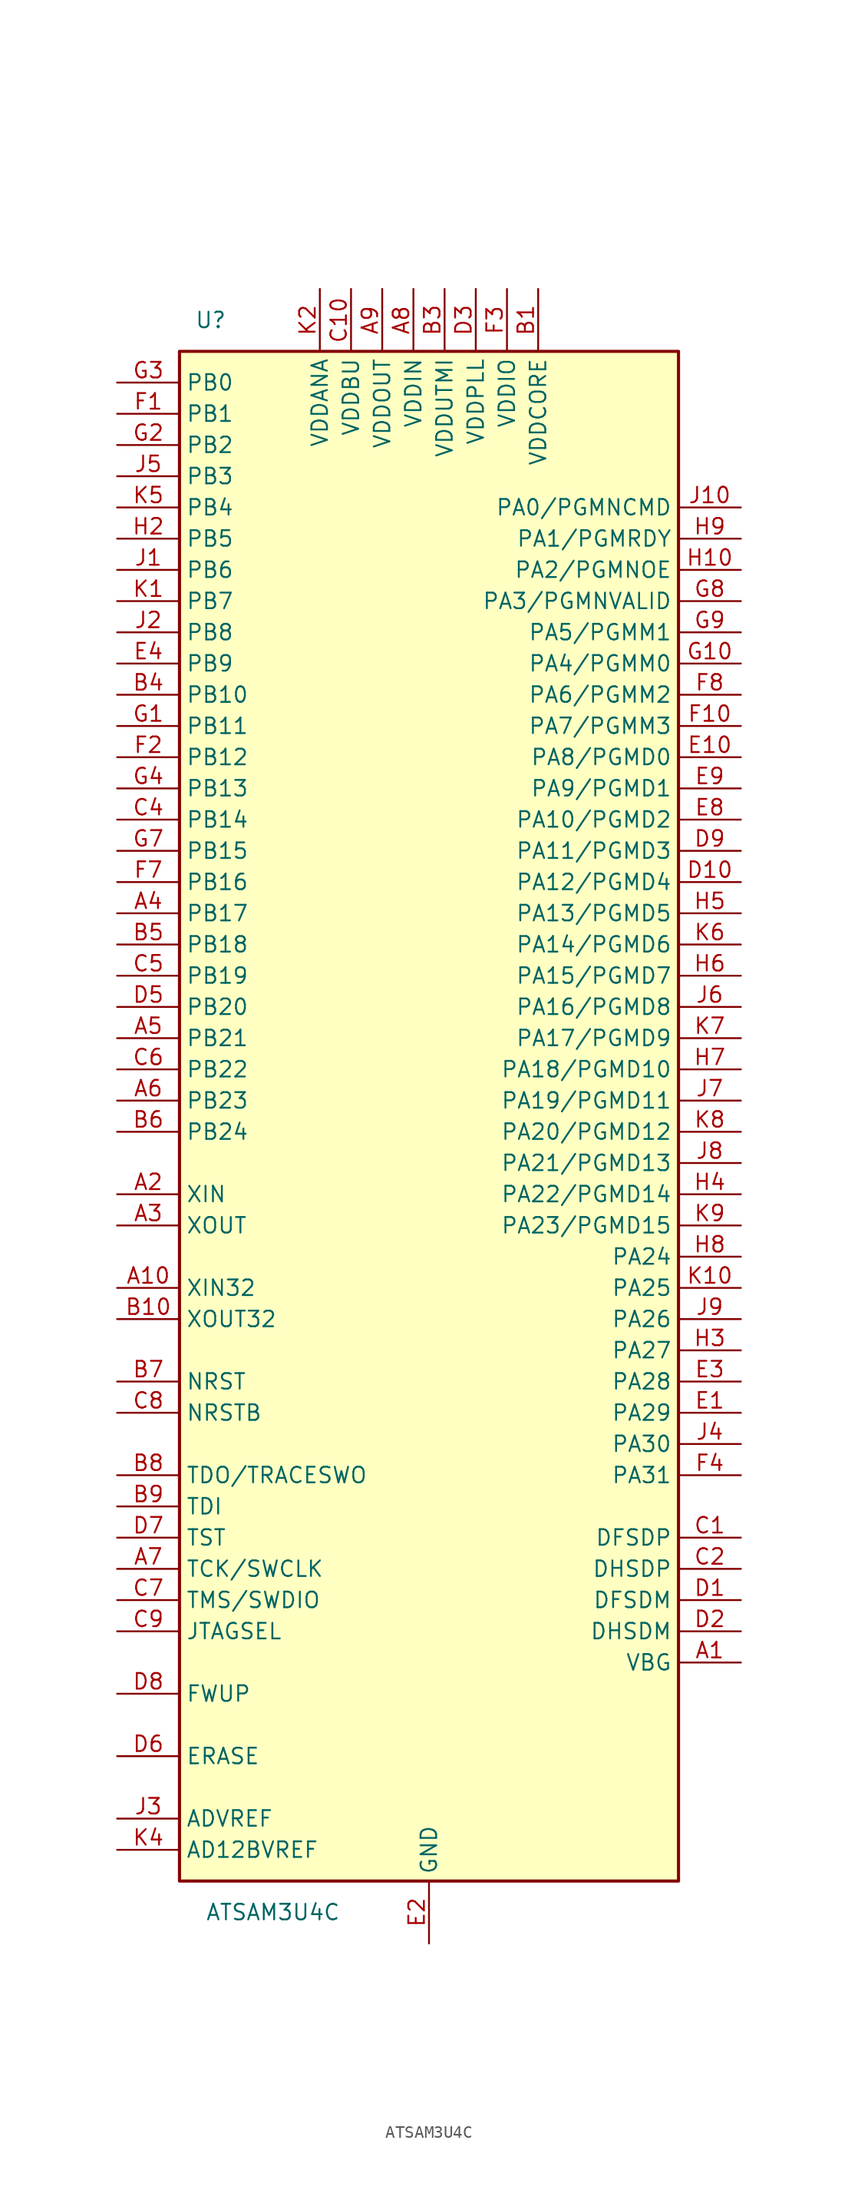
<source format=kicad_sym>
(kicad_symbol_lib
  (version 20201005)
  (generator kicad_symbol_editor)
  (symbol "mcu:ATSAM3U4C"
    (property "Reference" "U"
      (at -17.78 63.5 0)
      (effects (font (size 1.27 1.27))))
    (property "Value" "ATSAM3U4C"
      (at -12.7 -66.04 0)
      (effects (font (size 1.27 1.27))))
    (symbol "ATSAM3U4C_1_1"
      (rectangle (start -20.32 60.96) (end 20.32 -63.5) (stroke (width 0.254)) (fill (type background)))
      (pin passive line (at 25.4 -45.72 180) (length 5.08) (name "VBG" (effects (font (size 1.27 1.27)))) (number "A1" (effects (font (size 1.27 1.27)))))
      (pin bidirectional line (at -25.4 -15.24 0) (length 5.08) (name "XIN32" (effects (font (size 1.27 1.27)))) (number "A10" (effects (font (size 1.27 1.27)))))
      (pin bidirectional line (at -25.4 -7.62 0) (length 5.08) (name "XIN" (effects (font (size 1.27 1.27)))) (number "A2" (effects (font (size 1.27 1.27)))))
      (pin bidirectional line (at -25.4 -10.16 0) (length 5.08) (name "XOUT" (effects (font (size 1.27 1.27)))) (number "A3" (effects (font (size 1.27 1.27)))))
      (pin bidirectional line (at -25.4 15.24 0) (length 5.08) (name "PB17" (effects (font (size 1.27 1.27)))) (number "A4" (effects (font (size 1.27 1.27)))))
      (pin bidirectional line (at -25.4 5.08 0) (length 5.08) (name "PB21" (effects (font (size 1.27 1.27)))) (number "A5" (effects (font (size 1.27 1.27)))))
      (pin bidirectional line (at -25.4 0 0) (length 5.08) (name "PB23" (effects (font (size 1.27 1.27)))) (number "A6" (effects (font (size 1.27 1.27)))))
      (pin bidirectional line (at -25.4 -38.1 0) (length 5.08) (name "TCK/SWCLK" (effects (font (size 1.27 1.27)))) (number "A7" (effects (font (size 1.27 1.27)))))
      (pin power_in line (at -1.27 66.04 270) (length 5.08) (name "VDDIN" (effects (font (size 1.27 1.27)))) (number "A8" (effects (font (size 1.27 1.27)))))
      (pin power_out line (at -3.81 66.04 270) (length 5.08) (name "VDDOUT" (effects (font (size 1.27 1.27)))) (number "A9" (effects (font (size 1.27 1.27)))))
      (pin power_in line (at 8.89 66.04 270) (length 5.08) (name "VDDCORE" (effects (font (size 1.27 1.27)))) (number "B1" (effects (font (size 1.27 1.27)))))
      (pin bidirectional line (at -25.4 -17.78 0) (length 5.08) (name "XOUT32" (effects (font (size 1.27 1.27)))) (number "B10" (effects (font (size 1.27 1.27)))))
      (pin passive line (at 0 -68.58 90) (length 5.08) hide (name "GNDUTMI" (effects (font (size 1.27 1.27)))) (number "B2" (effects (font (size 1.27 1.27)))))
      (pin power_in line (at 1.27 66.04 270) (length 5.08) (name "VDDUTMI" (effects (font (size 1.27 1.27)))) (number "B3" (effects (font (size 1.27 1.27)))))
      (pin bidirectional line (at -25.4 33.02 0) (length 5.08) (name "PB10" (effects (font (size 1.27 1.27)))) (number "B4" (effects (font (size 1.27 1.27)))))
      (pin bidirectional line (at -25.4 12.7 0) (length 5.08) (name "PB18" (effects (font (size 1.27 1.27)))) (number "B5" (effects (font (size 1.27 1.27)))))
      (pin bidirectional line (at -25.4 -2.54 0) (length 5.08) (name "PB24" (effects (font (size 1.27 1.27)))) (number "B6" (effects (font (size 1.27 1.27)))))
      (pin bidirectional line (at -25.4 -22.86 0) (length 5.08) (name "NRST" (effects (font (size 1.27 1.27)))) (number "B7" (effects (font (size 1.27 1.27)))))
      (pin bidirectional line (at -25.4 -30.48 0) (length 5.08) (name "TDO/TRACESWO" (effects (font (size 1.27 1.27)))) (number "B8" (effects (font (size 1.27 1.27)))))
      (pin bidirectional line (at -25.4 -33.02 0) (length 5.08) (name "TDI" (effects (font (size 1.27 1.27)))) (number "B9" (effects (font (size 1.27 1.27)))))
      (pin bidirectional line (at 25.4 -35.56 180) (length 5.08) (name "DFSDP" (effects (font (size 1.27 1.27)))) (number "C1" (effects (font (size 1.27 1.27)))))
      (pin power_in line (at -6.35 66.04 270) (length 5.08) (name "VDDBU" (effects (font (size 1.27 1.27)))) (number "C10" (effects (font (size 1.27 1.27)))))
      (pin bidirectional line (at 25.4 -38.1 180) (length 5.08) (name "DHSDP" (effects (font (size 1.27 1.27)))) (number "C2" (effects (font (size 1.27 1.27)))))
      (pin passive line (at 0 -68.58 90) (length 5.08) hide (name "GNDPLL" (effects (font (size 1.27 1.27)))) (number "C3" (effects (font (size 1.27 1.27)))))
      (pin bidirectional line (at -25.4 22.86 0) (length 5.08) (name "PB14" (effects (font (size 1.27 1.27)))) (number "C4" (effects (font (size 1.27 1.27)))))
      (pin bidirectional line (at -25.4 10.16 0) (length 5.08) (name "PB19" (effects (font (size 1.27 1.27)))) (number "C5" (effects (font (size 1.27 1.27)))))
      (pin bidirectional line (at -25.4 2.54 0) (length 5.08) (name "PB22" (effects (font (size 1.27 1.27)))) (number "C6" (effects (font (size 1.27 1.27)))))
      (pin bidirectional line (at -25.4 -40.64 0) (length 5.08) (name "TMS/SWDIO" (effects (font (size 1.27 1.27)))) (number "C7" (effects (font (size 1.27 1.27)))))
      (pin bidirectional line (at -25.4 -25.4 0) (length 5.08) (name "NRSTB" (effects (font (size 1.27 1.27)))) (number "C8" (effects (font (size 1.27 1.27)))))
      (pin bidirectional line (at -25.4 -43.18 0) (length 5.08) (name "JTAGSEL" (effects (font (size 1.27 1.27)))) (number "C9" (effects (font (size 1.27 1.27)))))
      (pin bidirectional line (at 25.4 -40.64 180) (length 5.08) (name "DFSDM" (effects (font (size 1.27 1.27)))) (number "D1" (effects (font (size 1.27 1.27)))))
      (pin bidirectional line (at 25.4 17.78 180) (length 5.08) (name "PA12/PGMD4" (effects (font (size 1.27 1.27)))) (number "D10" (effects (font (size 1.27 1.27)))))
      (pin bidirectional line (at 25.4 -43.18 180) (length 5.08) (name "DHSDM" (effects (font (size 1.27 1.27)))) (number "D2" (effects (font (size 1.27 1.27)))))
      (pin power_in line (at 3.81 66.04 270) (length 5.08) (name "VDDPLL" (effects (font (size 1.27 1.27)))) (number "D3" (effects (font (size 1.27 1.27)))))
      (pin passive line (at 8.89 66.04 270) (length 5.08) hide (name "VDDCORE" (effects (font (size 1.27 1.27)))) (number "D4" (effects (font (size 1.27 1.27)))))
      (pin bidirectional line (at -25.4 7.62 0) (length 5.08) (name "PB20" (effects (font (size 1.27 1.27)))) (number "D5" (effects (font (size 1.27 1.27)))))
      (pin bidirectional line (at -25.4 -53.34 0) (length 5.08) (name "ERASE" (effects (font (size 1.27 1.27)))) (number "D6" (effects (font (size 1.27 1.27)))))
      (pin bidirectional line (at -25.4 -35.56 0) (length 5.08) (name "TST" (effects (font (size 1.27 1.27)))) (number "D7" (effects (font (size 1.27 1.27)))))
      (pin bidirectional line (at -25.4 -48.26 0) (length 5.08) (name "FWUP" (effects (font (size 1.27 1.27)))) (number "D8" (effects (font (size 1.27 1.27)))))
      (pin bidirectional line (at 25.4 20.32 180) (length 5.08) (name "PA11/PGMD3" (effects (font (size 1.27 1.27)))) (number "D9" (effects (font (size 1.27 1.27)))))
      (pin bidirectional line (at 25.4 -25.4 180) (length 5.08) (name "PA29" (effects (font (size 1.27 1.27)))) (number "E1" (effects (font (size 1.27 1.27)))))
      (pin bidirectional line (at 25.4 27.94 180) (length 5.08) (name "PA8/PGMD0" (effects (font (size 1.27 1.27)))) (number "E10" (effects (font (size 1.27 1.27)))))
      (pin power_in line (at 0 -68.58 90) (length 5.08) (name "GND" (effects (font (size 1.27 1.27)))) (number "E2" (effects (font (size 1.27 1.27)))))
      (pin bidirectional line (at 25.4 -22.86 180) (length 5.08) (name "PA28" (effects (font (size 1.27 1.27)))) (number "E3" (effects (font (size 1.27 1.27)))))
      (pin bidirectional line (at -25.4 35.56 0) (length 5.08) (name "PB9" (effects (font (size 1.27 1.27)))) (number "E4" (effects (font (size 1.27 1.27)))))
      (pin passive line (at 0 -68.58 90) (length 5.08) hide (name "GNDBU" (effects (font (size 1.27 1.27)))) (number "E5" (effects (font (size 1.27 1.27)))))
      (pin passive line (at 17.78 71.12 270) (length 5.08) hide (name "VDDIO" (effects (font (size 1.27 1.27)))) (number "E6" (effects (font (size 1.27 1.27)))))
      (pin passive line (at 8.89 66.04 270) (length 5.08) hide (name "VDDCORE" (effects (font (size 1.27 1.27)))) (number "E7" (effects (font (size 1.27 1.27)))))
      (pin bidirectional line (at 25.4 22.86 180) (length 5.08) (name "PA10/PGMD2" (effects (font (size 1.27 1.27)))) (number "E8" (effects (font (size 1.27 1.27)))))
      (pin bidirectional line (at 25.4 25.4 180) (length 5.08) (name "PA9/PGMD1" (effects (font (size 1.27 1.27)))) (number "E9" (effects (font (size 1.27 1.27)))))
      (pin bidirectional line (at -25.4 55.88 0) (length 5.08) (name "PB1" (effects (font (size 1.27 1.27)))) (number "F1" (effects (font (size 1.27 1.27)))))
      (pin bidirectional line (at 25.4 30.48 180) (length 5.08) (name "PA7/PGMM3" (effects (font (size 1.27 1.27)))) (number "F10" (effects (font (size 1.27 1.27)))))
      (pin bidirectional line (at -25.4 27.94 0) (length 5.08) (name "PB12" (effects (font (size 1.27 1.27)))) (number "F2" (effects (font (size 1.27 1.27)))))
      (pin power_in line (at 6.35 66.04 270) (length 5.08) (name "VDDIO" (effects (font (size 1.27 1.27)))) (number "F3" (effects (font (size 1.27 1.27)))))
      (pin bidirectional line (at 25.4 -30.48 180) (length 5.08) (name "PA31" (effects (font (size 1.27 1.27)))) (number "F4" (effects (font (size 1.27 1.27)))))
      (pin passive line (at 20.32 71.12 270) (length 5.08) hide (name "VDDIO" (effects (font (size 1.27 1.27)))) (number "F5" (effects (font (size 1.27 1.27)))))
      (pin passive line (at 0 -68.58 90) (length 5.08) hide (name "GND" (effects (font (size 1.27 1.27)))) (number "F6" (effects (font (size 1.27 1.27)))))
      (pin bidirectional line (at -25.4 17.78 0) (length 5.08) (name "PB16" (effects (font (size 1.27 1.27)))) (number "F7" (effects (font (size 1.27 1.27)))))
      (pin bidirectional line (at 25.4 33.02 180) (length 5.08) (name "PA6/PGMM2" (effects (font (size 1.27 1.27)))) (number "F8" (effects (font (size 1.27 1.27)))))
      (pin passive line (at 8.89 66.04 270) (length 5.08) hide (name "VDDCORE" (effects (font (size 1.27 1.27)))) (number "F9" (effects (font (size 1.27 1.27)))))
      (pin bidirectional line (at -25.4 30.48 0) (length 5.08) (name "PB11" (effects (font (size 1.27 1.27)))) (number "G1" (effects (font (size 1.27 1.27)))))
      (pin bidirectional line (at 25.4 35.56 180) (length 5.08) (name "PA4/PGMM0" (effects (font (size 1.27 1.27)))) (number "G10" (effects (font (size 1.27 1.27)))))
      (pin bidirectional line (at -25.4 53.34 0) (length 5.08) (name "PB2" (effects (font (size 1.27 1.27)))) (number "G2" (effects (font (size 1.27 1.27)))))
      (pin bidirectional line (at -25.4 58.42 0) (length 5.08) (name "PB0" (effects (font (size 1.27 1.27)))) (number "G3" (effects (font (size 1.27 1.27)))))
      (pin bidirectional line (at -25.4 25.4 0) (length 5.08) (name "PB13" (effects (font (size 1.27 1.27)))) (number "G4" (effects (font (size 1.27 1.27)))))
      (pin passive line (at 8.89 66.04 270) (length 5.08) hide (name "VDDCORE" (effects (font (size 1.27 1.27)))) (number "G5" (effects (font (size 1.27 1.27)))))
      (pin passive line (at 0 -68.58 90) (length 5.08) hide (name "GND" (effects (font (size 1.27 1.27)))) (number "G6" (effects (font (size 1.27 1.27)))))
      (pin bidirectional line (at -25.4 20.32 0) (length 5.08) (name "PB15" (effects (font (size 1.27 1.27)))) (number "G7" (effects (font (size 1.27 1.27)))))
      (pin bidirectional line (at 25.4 40.64 180) (length 5.08) (name "PA3/PGMNVALID" (effects (font (size 1.27 1.27)))) (number "G8" (effects (font (size 1.27 1.27)))))
      (pin bidirectional line (at 25.4 38.1 180) (length 5.08) (name "PA5/PGMM1" (effects (font (size 1.27 1.27)))) (number "G9" (effects (font (size 1.27 1.27)))))
      (pin passive line (at 8.89 66.04 270) (length 5.08) hide (name "VDDCORE" (effects (font (size 1.27 1.27)))) (number "H1" (effects (font (size 1.27 1.27)))))
      (pin bidirectional line (at 25.4 43.18 180) (length 5.08) (name "PA2/PGMNOE" (effects (font (size 1.27 1.27)))) (number "H10" (effects (font (size 1.27 1.27)))))
      (pin bidirectional line (at -25.4 45.72 0) (length 5.08) (name "PB5" (effects (font (size 1.27 1.27)))) (number "H2" (effects (font (size 1.27 1.27)))))
      (pin bidirectional line (at 25.4 -20.32 180) (length 5.08) (name "PA27" (effects (font (size 1.27 1.27)))) (number "H3" (effects (font (size 1.27 1.27)))))
      (pin bidirectional line (at 25.4 -7.62 180) (length 5.08) (name "PA22/PGMD14" (effects (font (size 1.27 1.27)))) (number "H4" (effects (font (size 1.27 1.27)))))
      (pin bidirectional line (at 25.4 15.24 180) (length 5.08) (name "PA13/PGMD5" (effects (font (size 1.27 1.27)))) (number "H5" (effects (font (size 1.27 1.27)))))
      (pin bidirectional line (at 25.4 10.16 180) (length 5.08) (name "PA15/PGMD7" (effects (font (size 1.27 1.27)))) (number "H6" (effects (font (size 1.27 1.27)))))
      (pin bidirectional line (at 25.4 2.54 180) (length 5.08) (name "PA18/PGMD10" (effects (font (size 1.27 1.27)))) (number "H7" (effects (font (size 1.27 1.27)))))
      (pin bidirectional line (at 25.4 -12.7 180) (length 5.08) (name "PA24" (effects (font (size 1.27 1.27)))) (number "H8" (effects (font (size 1.27 1.27)))))
      (pin bidirectional line (at 25.4 45.72 180) (length 5.08) (name "PA1/PGMRDY" (effects (font (size 1.27 1.27)))) (number "H9" (effects (font (size 1.27 1.27)))))
      (pin bidirectional line (at -25.4 43.18 0) (length 5.08) (name "PB6" (effects (font (size 1.27 1.27)))) (number "J1" (effects (font (size 1.27 1.27)))))
      (pin bidirectional line (at 25.4 48.26 180) (length 5.08) (name "PA0/PGMNCMD" (effects (font (size 1.27 1.27)))) (number "J10" (effects (font (size 1.27 1.27)))))
      (pin bidirectional line (at -25.4 38.1 0) (length 5.08) (name "PB8" (effects (font (size 1.27 1.27)))) (number "J2" (effects (font (size 1.27 1.27)))))
      (pin bidirectional line (at -25.4 -58.42 0) (length 5.08) (name "ADVREF" (effects (font (size 1.27 1.27)))) (number "J3" (effects (font (size 1.27 1.27)))))
      (pin bidirectional line (at 25.4 -27.94 180) (length 5.08) (name "PA30" (effects (font (size 1.27 1.27)))) (number "J4" (effects (font (size 1.27 1.27)))))
      (pin bidirectional line (at -25.4 50.8 0) (length 5.08) (name "PB3" (effects (font (size 1.27 1.27)))) (number "J5" (effects (font (size 1.27 1.27)))))
      (pin bidirectional line (at 25.4 7.62 180) (length 5.08) (name "PA16/PGMD8" (effects (font (size 1.27 1.27)))) (number "J6" (effects (font (size 1.27 1.27)))))
      (pin bidirectional line (at 25.4 0 180) (length 5.08) (name "PA19/PGMD11" (effects (font (size 1.27 1.27)))) (number "J7" (effects (font (size 1.27 1.27)))))
      (pin bidirectional line (at 25.4 -5.08 180) (length 5.08) (name "PA21/PGMD13" (effects (font (size 1.27 1.27)))) (number "J8" (effects (font (size 1.27 1.27)))))
      (pin bidirectional line (at 25.4 -17.78 180) (length 5.08) (name "PA26" (effects (font (size 1.27 1.27)))) (number "J9" (effects (font (size 1.27 1.27)))))
      (pin bidirectional line (at -25.4 40.64 0) (length 5.08) (name "PB7" (effects (font (size 1.27 1.27)))) (number "K1" (effects (font (size 1.27 1.27)))))
      (pin bidirectional line (at 25.4 -15.24 180) (length 5.08) (name "PA25" (effects (font (size 1.27 1.27)))) (number "K10" (effects (font (size 1.27 1.27)))))
      (pin power_in line (at -8.89 66.04 270) (length 5.08) (name "VDDANA" (effects (font (size 1.27 1.27)))) (number "K2" (effects (font (size 1.27 1.27)))))
      (pin passive line (at 0 -68.58 90) (length 5.08) hide (name "GNDANA" (effects (font (size 1.27 1.27)))) (number "K3" (effects (font (size 1.27 1.27)))))
      (pin bidirectional line (at -25.4 -60.96 0) (length 5.08) (name "AD12BVREF" (effects (font (size 1.27 1.27)))) (number "K4" (effects (font (size 1.27 1.27)))))
      (pin bidirectional line (at -25.4 48.26 0) (length 5.08) (name "PB4" (effects (font (size 1.27 1.27)))) (number "K5" (effects (font (size 1.27 1.27)))))
      (pin bidirectional line (at 25.4 12.7 180) (length 5.08) (name "PA14/PGMD6" (effects (font (size 1.27 1.27)))) (number "K6" (effects (font (size 1.27 1.27)))))
      (pin bidirectional line (at 25.4 5.08 180) (length 5.08) (name "PA17/PGMD9" (effects (font (size 1.27 1.27)))) (number "K7" (effects (font (size 1.27 1.27)))))
      (pin bidirectional line (at 25.4 -2.54 180) (length 5.08) (name "PA20/PGMD12" (effects (font (size 1.27 1.27)))) (number "K8" (effects (font (size 1.27 1.27)))))
      (pin bidirectional line (at 25.4 -10.16 180) (length 5.08) (name "PA23/PGMD15" (effects (font (size 1.27 1.27)))) (number "K9" (effects (font (size 1.27 1.27))))))))
</source>
